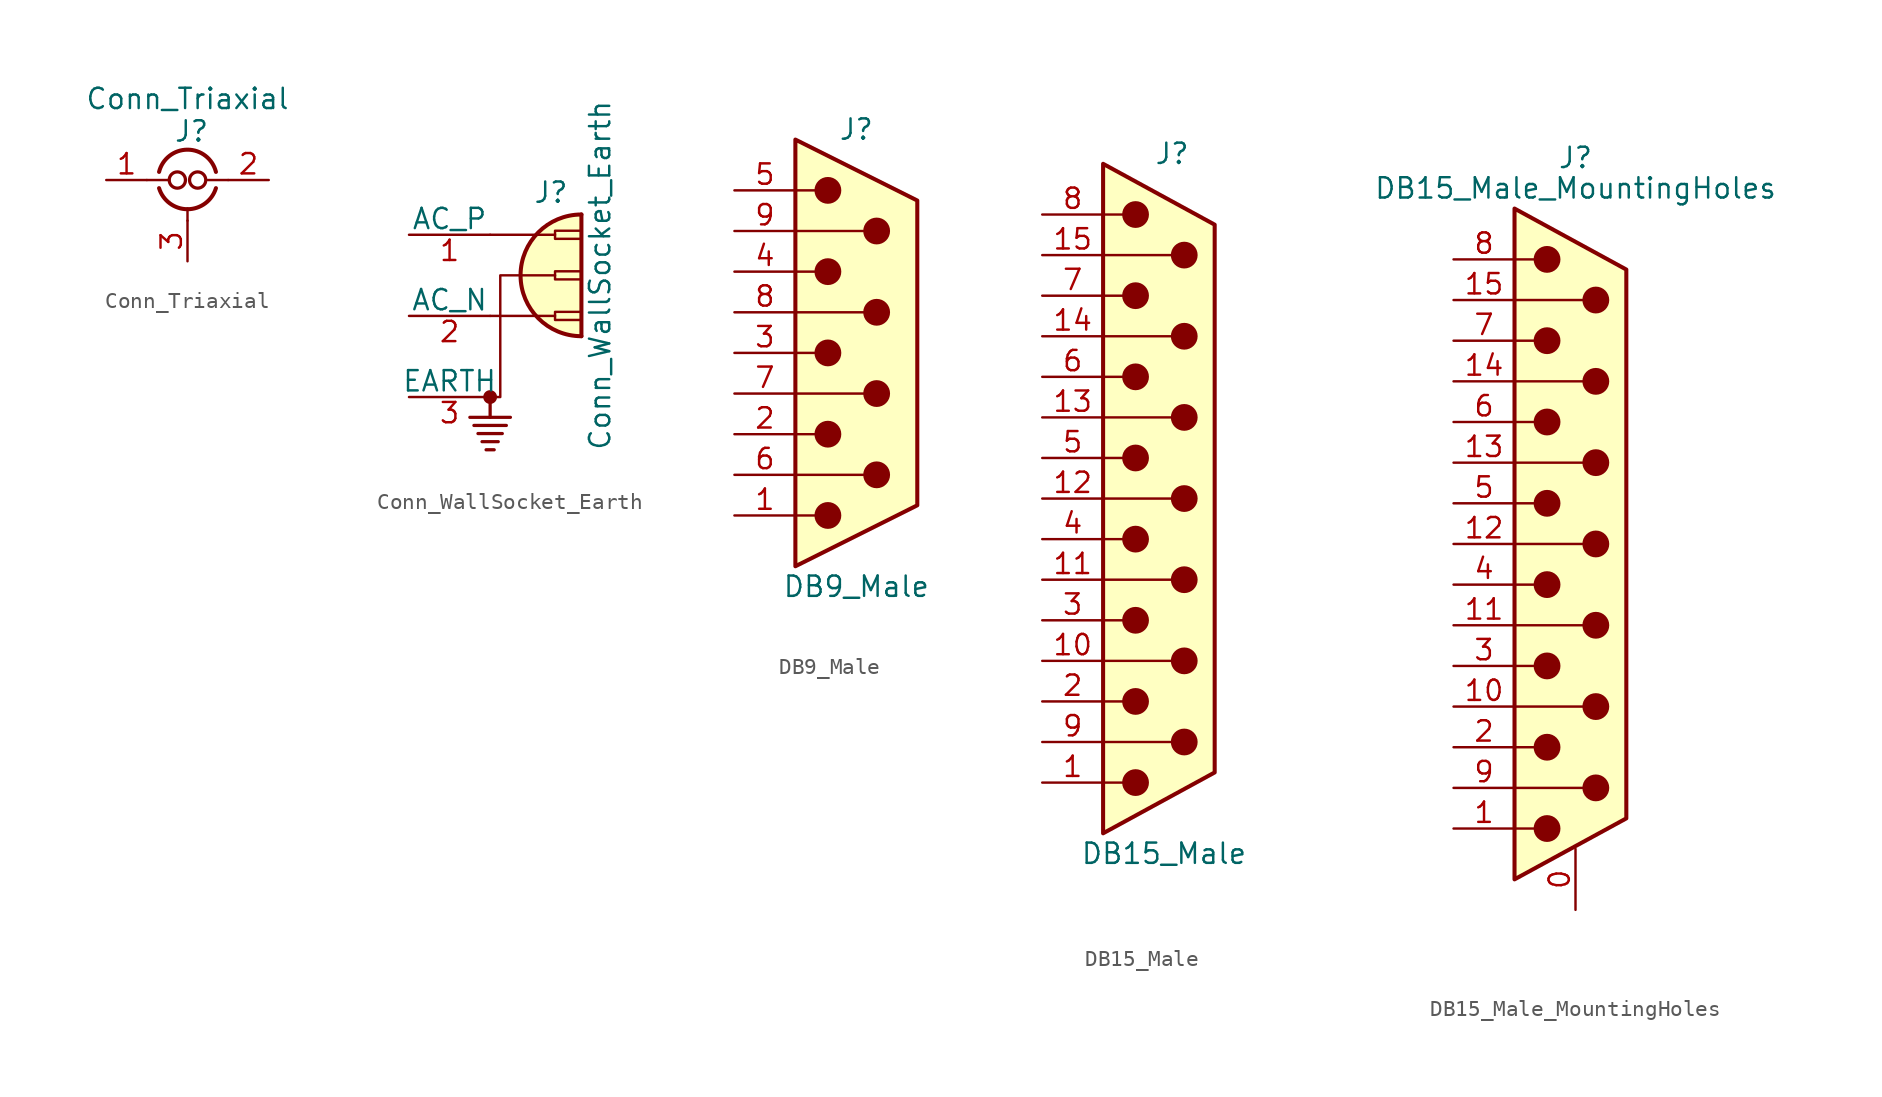
<source format=kicad_sym>
(kicad_symbol_lib
  (version 20211014)
  (generator kicad_symbol_editor)
  (symbol "Conn_Triaxial"
    (pin_names hide)
    (property "Reference" "J"
      (at 0.254 5.588 0)
      (effects (font (size 1.27 1.27))))
    (property "Value" "Conn_Triaxial"
      (at 0 7.62 0)
      (effects (font (size 1.27 1.27))))
    (symbol "Conn_Triaxial_0_1"
      (arc (start -1.778 2.032) (mid -0.0185 0.7153) (end 1.778 2.032) (stroke (width 0.254) (type default) (color 0 0 0 0)) (fill (type none)))
      (circle (center -0.635 2.54) (radius 0.508) (stroke (width 0.203) (type default) (color 0 0 0 0)) (fill (type none)))
      (polyline (pts (xy -2.54 2.54) (xy -1.143 2.54)) (stroke (width 0) (type default) (color 0 0 0 0)) (fill (type none)))
      (polyline (pts (xy 0 0) (xy 0 0.762)) (stroke (width 0) (type default) (color 0 0 0 0)) (fill (type none)))
      (polyline (pts (xy 1.27 2.54) (xy 2.54 2.54)) (stroke (width 0) (type default) (color 0 0 0 0)) (fill (type none)))
      (circle (center 0.635 2.54) (radius 0.508) (stroke (width 0.203) (type default) (color 0 0 0 0)) (fill (type none)))
      (arc (start 1.778 3.048) (mid -0.0365 4.438) (end -1.778 3.048) (stroke (width 0.254) (type default) (color 0 0 0 0)) (fill (type none))))
    (symbol "Conn_Triaxial_1_1"
      (pin passive line (at -5.08 2.54 0) (length 2.54) (name "In1" (effects (font (size 1.27 1.27)))) (number "1" (effects (font (size 1.27 1.27)))))
      (pin passive line (at 5.08 2.54 180) (length 2.54) (name "In2" (effects (font (size 1.27 1.27)))) (number "2" (effects (font (size 1.27 1.27)))))
      (pin passive line (at 0 -2.54 90) (length 2.54) (name "Ext" (effects (font (size 1.27 1.27)))) (number "3" (effects (font (size 1.27 1.27)))))))
  (symbol "Conn_WallSocket_Earth"
    (pin_names
      (offset 0))
    (property "Reference" "J"
      (at 3.81 6.985 0)
      (effects (font (size 1.27 1.27)) (justify bottom)))
    (property "Value" "Conn_WallSocket_Earth"
      (at 7.62 2.54 90)
      (effects (font (size 1.27 1.27)) (justify bottom)))
    (symbol "Conn_WallSocket_Earth_0_1"
      (circle (center 0 -5.08) (radius 0.356) (stroke (width 0) (type default) (color 0 0 0 0)) (fill (type outline)))
      (polyline (pts (xy -1.27 -6.35) (xy 1.27 -6.35)) (stroke (width 0.203) (type default) (color 0 0 0 0)) (fill (type none)))
      (polyline (pts (xy 0 -5.08) (xy 0 -6.35)) (stroke (width 0.203) (type default) (color 0 0 0 0)) (fill (type none)))
      (polyline (pts (xy 0.254 -8.382) (xy -0.254 -8.382)) (stroke (width 0.203) (type default) (color 0 0 0 0)) (fill (type none)))
      (polyline (pts (xy 0.508 -7.874) (xy -0.508 -7.874)) (stroke (width 0.203) (type default) (color 0 0 0 0)) (fill (type none)))
      (polyline (pts (xy 0.762 -7.366) (xy -0.762 -7.366)) (stroke (width 0.203) (type default) (color 0 0 0 0)) (fill (type none)))
      (polyline (pts (xy 1.016 -6.858) (xy -1.016 -6.858)) (stroke (width 0.203) (type default) (color 0 0 0 0)) (fill (type none)))
      (polyline (pts (xy 4.064 0) (xy 0 0)) (stroke (width 0) (type default) (color 0 0 0 0)) (fill (type none)))
      (polyline (pts (xy 4.064 5.08) (xy 0 5.08)) (stroke (width 0) (type default) (color 0 0 0 0)) (fill (type none)))
      (polyline (pts (xy 5.715 -1.27) (xy 5.715 6.35)) (stroke (width 0.254) (type default) (color 0 0 0 0)) (fill (type none)))
      (polyline (pts (xy 0 -5.08) (xy 0.635 -5.08) (xy 0.635 2.54) (xy 4.064 2.54)) (stroke (width 0) (type default) (color 0 0 0 0)) (fill (type none)))
      (rectangle (start 5.715 -0.254) (end 4.064 0.254) (stroke (width 0) (type default) (color 0 0 0 0)) (fill (type none)))
      (rectangle (start 5.715 2.286) (end 4.064 2.794) (stroke (width 0) (type default) (color 0 0 0 0)) (fill (type none)))
      (rectangle (start 5.715 4.826) (end 4.064 5.334) (stroke (width 0) (type default) (color 0 0 0 0)) (fill (type none)))
      (arc (start 5.715 6.35) (mid 1.905 2.54) (end 5.715 -1.27) (stroke (width 0.254) (type default) (color 0 0 0 0)) (fill (type background))))
    (symbol "Conn_WallSocket_Earth_1_1"
      (pin power_in line (at -5.08 5.08 0) (length 5.08) (name "AC_P" (effects (font (size 1.27 1.27)))) (number "1" (effects (font (size 1.27 1.27)))))
      (pin power_in line (at -5.08 0 0) (length 5.08) (name "AC_N" (effects (font (size 1.27 1.27)))) (number "2" (effects (font (size 1.27 1.27)))))
      (pin passive line (at -5.08 -5.08 0) (length 5.08) (name "EARTH" (effects (font (size 1.27 1.27)))) (number "3" (effects (font (size 1.27 1.27)))))))
  (symbol "DB9_Male"
    (pin_names
      (offset 1.016) hide)
    (property "Reference" "J"
      (at 0 13.97 0)
      (effects (font (size 1.27 1.27))))
    (property "Value" "DB9_Male"
      (at 0 -14.605 0)
      (effects (font (size 1.27 1.27))))
    (symbol "DB9_Male_0_1"
      (circle (center -1.778 -10.16) (radius 0.762) (stroke (width 0) (type default) (color 0 0 0 0)) (fill (type outline)))
      (circle (center -1.778 -5.08) (radius 0.762) (stroke (width 0) (type default) (color 0 0 0 0)) (fill (type outline)))
      (circle (center -1.778 0) (radius 0.762) (stroke (width 0) (type default) (color 0 0 0 0)) (fill (type outline)))
      (circle (center -1.778 5.08) (radius 0.762) (stroke (width 0) (type default) (color 0 0 0 0)) (fill (type outline)))
      (circle (center -1.778 10.16) (radius 0.762) (stroke (width 0) (type default) (color 0 0 0 0)) (fill (type outline)))
      (polyline (pts (xy -3.81 -10.16) (xy -2.54 -10.16)) (stroke (width 0) (type default) (color 0 0 0 0)) (fill (type none)))
      (polyline (pts (xy -3.81 -7.62) (xy 0.508 -7.62)) (stroke (width 0) (type default) (color 0 0 0 0)) (fill (type none)))
      (polyline (pts (xy -3.81 -5.08) (xy -2.54 -5.08)) (stroke (width 0) (type default) (color 0 0 0 0)) (fill (type none)))
      (polyline (pts (xy -3.81 -2.54) (xy 0.508 -2.54)) (stroke (width 0) (type default) (color 0 0 0 0)) (fill (type none)))
      (polyline (pts (xy -3.81 0) (xy -2.54 0)) (stroke (width 0) (type default) (color 0 0 0 0)) (fill (type none)))
      (polyline (pts (xy -3.81 2.54) (xy 0.508 2.54)) (stroke (width 0) (type default) (color 0 0 0 0)) (fill (type none)))
      (polyline (pts (xy -3.81 5.08) (xy -2.54 5.08)) (stroke (width 0) (type default) (color 0 0 0 0)) (fill (type none)))
      (polyline (pts (xy -3.81 7.62) (xy 0.508 7.62)) (stroke (width 0) (type default) (color 0 0 0 0)) (fill (type none)))
      (polyline (pts (xy -3.81 10.16) (xy -2.54 10.16)) (stroke (width 0) (type default) (color 0 0 0 0)) (fill (type none)))
      (polyline (pts (xy -3.81 -13.335) (xy -3.81 13.335) (xy 3.81 9.525) (xy 3.81 -9.525) (xy -3.81 -13.335)) (stroke (width 0.254) (type default) (color 0 0 0 0)) (fill (type background)))
      (circle (center 1.27 -7.62) (radius 0.762) (stroke (width 0) (type default) (color 0 0 0 0)) (fill (type outline)))
      (circle (center 1.27 -2.54) (radius 0.762) (stroke (width 0) (type default) (color 0 0 0 0)) (fill (type outline)))
      (circle (center 1.27 2.54) (radius 0.762) (stroke (width 0) (type default) (color 0 0 0 0)) (fill (type outline)))
      (circle (center 1.27 7.62) (radius 0.762) (stroke (width 0) (type default) (color 0 0 0 0)) (fill (type outline))))
    (symbol "DB9_Male_1_1"
      (pin passive line (at -7.62 -10.16 0) (length 3.81) (name "1" (effects (font (size 1.27 1.27)))) (number "1" (effects (font (size 1.27 1.27)))))
      (pin passive line (at -7.62 -5.08 0) (length 3.81) (name "2" (effects (font (size 1.27 1.27)))) (number "2" (effects (font (size 1.27 1.27)))))
      (pin passive line (at -7.62 0 0) (length 3.81) (name "3" (effects (font (size 1.27 1.27)))) (number "3" (effects (font (size 1.27 1.27)))))
      (pin passive line (at -7.62 5.08 0) (length 3.81) (name "4" (effects (font (size 1.27 1.27)))) (number "4" (effects (font (size 1.27 1.27)))))
      (pin passive line (at -7.62 10.16 0) (length 3.81) (name "5" (effects (font (size 1.27 1.27)))) (number "5" (effects (font (size 1.27 1.27)))))
      (pin passive line (at -7.62 -7.62 0) (length 3.81) (name "6" (effects (font (size 1.27 1.27)))) (number "6" (effects (font (size 1.27 1.27)))))
      (pin passive line (at -7.62 -2.54 0) (length 3.81) (name "7" (effects (font (size 1.27 1.27)))) (number "7" (effects (font (size 1.27 1.27)))))
      (pin passive line (at -7.62 2.54 0) (length 3.81) (name "8" (effects (font (size 1.27 1.27)))) (number "8" (effects (font (size 1.27 1.27)))))
      (pin passive line (at -7.62 7.62 0) (length 3.81) (name "9" (effects (font (size 1.27 1.27)))) (number "9" (effects (font (size 1.27 1.27)))))))
  (symbol "DB15_Male"
    (pin_names
      (offset 1.016) hide)
    (property "Reference" "J"
      (at 0.508 21.59 0)
      (effects (font (size 1.27 1.27))))
    (property "Value" "DB15_Male"
      (at 0 -22.225 0)
      (effects (font (size 1.27 1.27))))
    (symbol "DB15_Male_0_1"
      (circle (center -1.778 -17.78) (radius 0.762) (stroke (width 0) (type default) (color 0 0 0 0)) (fill (type outline)))
      (circle (center -1.778 -12.7) (radius 0.762) (stroke (width 0) (type default) (color 0 0 0 0)) (fill (type outline)))
      (circle (center -1.778 -7.62) (radius 0.762) (stroke (width 0) (type default) (color 0 0 0 0)) (fill (type outline)))
      (circle (center -1.778 -2.54) (radius 0.762) (stroke (width 0) (type default) (color 0 0 0 0)) (fill (type outline)))
      (circle (center -1.778 2.54) (radius 0.762) (stroke (width 0) (type default) (color 0 0 0 0)) (fill (type outline)))
      (circle (center -1.778 7.62) (radius 0.762) (stroke (width 0) (type default) (color 0 0 0 0)) (fill (type outline)))
      (circle (center -1.778 12.7) (radius 0.762) (stroke (width 0) (type default) (color 0 0 0 0)) (fill (type outline)))
      (circle (center -1.778 17.78) (radius 0.762) (stroke (width 0) (type default) (color 0 0 0 0)) (fill (type outline)))
      (polyline (pts (xy -3.81 -17.78) (xy -2.54 -17.78)) (stroke (width 0) (type default) (color 0 0 0 0)) (fill (type none)))
      (polyline (pts (xy -3.81 -15.24) (xy 0.508 -15.24)) (stroke (width 0) (type default) (color 0 0 0 0)) (fill (type none)))
      (polyline (pts (xy -3.81 -12.7) (xy -2.54 -12.7)) (stroke (width 0) (type default) (color 0 0 0 0)) (fill (type none)))
      (polyline (pts (xy -3.81 -10.16) (xy 0.508 -10.16)) (stroke (width 0) (type default) (color 0 0 0 0)) (fill (type none)))
      (polyline (pts (xy -3.81 -7.62) (xy -2.54 -7.62)) (stroke (width 0) (type default) (color 0 0 0 0)) (fill (type none)))
      (polyline (pts (xy -3.81 -5.08) (xy 0.508 -5.08)) (stroke (width 0) (type default) (color 0 0 0 0)) (fill (type none)))
      (polyline (pts (xy -3.81 -2.54) (xy -2.54 -2.54)) (stroke (width 0) (type default) (color 0 0 0 0)) (fill (type none)))
      (polyline (pts (xy -3.81 0) (xy 0.508 0)) (stroke (width 0) (type default) (color 0 0 0 0)) (fill (type none)))
      (polyline (pts (xy -3.81 2.54) (xy -2.54 2.54)) (stroke (width 0) (type default) (color 0 0 0 0)) (fill (type none)))
      (polyline (pts (xy -3.81 5.08) (xy 0.508 5.08)) (stroke (width 0) (type default) (color 0 0 0 0)) (fill (type none)))
      (polyline (pts (xy -3.81 7.62) (xy -2.54 7.62)) (stroke (width 0) (type default) (color 0 0 0 0)) (fill (type none)))
      (polyline (pts (xy -3.81 10.16) (xy 0.508 10.16)) (stroke (width 0) (type default) (color 0 0 0 0)) (fill (type none)))
      (polyline (pts (xy -3.81 12.7) (xy -2.54 12.7)) (stroke (width 0) (type default) (color 0 0 0 0)) (fill (type none)))
      (polyline (pts (xy -3.81 15.24) (xy 0.508 15.24)) (stroke (width 0) (type default) (color 0 0 0 0)) (fill (type none)))
      (polyline (pts (xy -3.81 17.78) (xy -2.54 17.78)) (stroke (width 0) (type default) (color 0 0 0 0)) (fill (type none)))
      (polyline (pts (xy -3.81 -20.955) (xy 3.175 -17.145) (xy 3.175 17.145) (xy -3.81 20.955) (xy -3.81 -20.955)) (stroke (width 0.254) (type default) (color 0 0 0 0)) (fill (type background)))
      (circle (center 1.27 -15.24) (radius 0.762) (stroke (width 0) (type default) (color 0 0 0 0)) (fill (type outline)))
      (circle (center 1.27 -10.16) (radius 0.762) (stroke (width 0) (type default) (color 0 0 0 0)) (fill (type outline)))
      (circle (center 1.27 -5.08) (radius 0.762) (stroke (width 0) (type default) (color 0 0 0 0)) (fill (type outline)))
      (circle (center 1.27 0) (radius 0.762) (stroke (width 0) (type default) (color 0 0 0 0)) (fill (type outline)))
      (circle (center 1.27 5.08) (radius 0.762) (stroke (width 0) (type default) (color 0 0 0 0)) (fill (type outline)))
      (circle (center 1.27 10.16) (radius 0.762) (stroke (width 0) (type default) (color 0 0 0 0)) (fill (type outline)))
      (circle (center 1.27 15.24) (radius 0.762) (stroke (width 0) (type default) (color 0 0 0 0)) (fill (type outline))))
    (symbol "DB15_Male_1_1"
      (pin passive line (at -7.62 -17.78 0) (length 3.81) (name "1" (effects (font (size 1.27 1.27)))) (number "1" (effects (font (size 1.27 1.27)))))
      (pin passive line (at -7.62 -10.16 0) (length 3.81) (name "P10" (effects (font (size 1.27 1.27)))) (number "10" (effects (font (size 1.27 1.27)))))
      (pin passive line (at -7.62 -5.08 0) (length 3.81) (name "P111" (effects (font (size 1.27 1.27)))) (number "11" (effects (font (size 1.27 1.27)))))
      (pin passive line (at -7.62 0 0) (length 3.81) (name "P12" (effects (font (size 1.27 1.27)))) (number "12" (effects (font (size 1.27 1.27)))))
      (pin passive line (at -7.62 5.08 0) (length 3.81) (name "P13" (effects (font (size 1.27 1.27)))) (number "13" (effects (font (size 1.27 1.27)))))
      (pin passive line (at -7.62 10.16 0) (length 3.81) (name "P14" (effects (font (size 1.27 1.27)))) (number "14" (effects (font (size 1.27 1.27)))))
      (pin passive line (at -7.62 15.24 0) (length 3.81) (name "P15" (effects (font (size 1.27 1.27)))) (number "15" (effects (font (size 1.27 1.27)))))
      (pin passive line (at -7.62 -12.7 0) (length 3.81) (name "2" (effects (font (size 1.27 1.27)))) (number "2" (effects (font (size 1.27 1.27)))))
      (pin passive line (at -7.62 -7.62 0) (length 3.81) (name "3" (effects (font (size 1.27 1.27)))) (number "3" (effects (font (size 1.27 1.27)))))
      (pin passive line (at -7.62 -2.54 0) (length 3.81) (name "4" (effects (font (size 1.27 1.27)))) (number "4" (effects (font (size 1.27 1.27)))))
      (pin passive line (at -7.62 2.54 0) (length 3.81) (name "5" (effects (font (size 1.27 1.27)))) (number "5" (effects (font (size 1.27 1.27)))))
      (pin passive line (at -7.62 7.62 0) (length 3.81) (name "6" (effects (font (size 1.27 1.27)))) (number "6" (effects (font (size 1.27 1.27)))))
      (pin passive line (at -7.62 12.7 0) (length 3.81) (name "7" (effects (font (size 1.27 1.27)))) (number "7" (effects (font (size 1.27 1.27)))))
      (pin passive line (at -7.62 17.78 0) (length 3.81) (name "8" (effects (font (size 1.27 1.27)))) (number "8" (effects (font (size 1.27 1.27)))))
      (pin passive line (at -7.62 -15.24 0) (length 3.81) (name "P9" (effects (font (size 1.27 1.27)))) (number "9" (effects (font (size 1.27 1.27)))))))
  (symbol "DB15_Male_MountingHoles"
    (pin_names
      (offset 1.016) hide)
    (property "Reference" "J"
      (at 0 24.13 0)
      (effects (font (size 1.27 1.27))))
    (property "Value" "DB15_Male_MountingHoles"
      (at 0 22.225 0)
      (effects (font (size 1.27 1.27))))
    (symbol "DB15_Male_MountingHoles_0_1"
      (circle (center -1.778 -17.78) (radius 0.762) (stroke (width 0) (type default) (color 0 0 0 0)) (fill (type outline)))
      (circle (center -1.778 -12.7) (radius 0.762) (stroke (width 0) (type default) (color 0 0 0 0)) (fill (type outline)))
      (circle (center -1.778 -7.62) (radius 0.762) (stroke (width 0) (type default) (color 0 0 0 0)) (fill (type outline)))
      (circle (center -1.778 -2.54) (radius 0.762) (stroke (width 0) (type default) (color 0 0 0 0)) (fill (type outline)))
      (circle (center -1.778 2.54) (radius 0.762) (stroke (width 0) (type default) (color 0 0 0 0)) (fill (type outline)))
      (circle (center -1.778 7.62) (radius 0.762) (stroke (width 0) (type default) (color 0 0 0 0)) (fill (type outline)))
      (circle (center -1.778 12.7) (radius 0.762) (stroke (width 0) (type default) (color 0 0 0 0)) (fill (type outline)))
      (circle (center -1.778 17.78) (radius 0.762) (stroke (width 0) (type default) (color 0 0 0 0)) (fill (type outline)))
      (polyline (pts (xy -3.81 -17.78) (xy -2.54 -17.78)) (stroke (width 0) (type default) (color 0 0 0 0)) (fill (type none)))
      (polyline (pts (xy -3.81 -15.24) (xy 0.508 -15.24)) (stroke (width 0) (type default) (color 0 0 0 0)) (fill (type none)))
      (polyline (pts (xy -3.81 -12.7) (xy -2.54 -12.7)) (stroke (width 0) (type default) (color 0 0 0 0)) (fill (type none)))
      (polyline (pts (xy -3.81 -10.16) (xy 0.508 -10.16)) (stroke (width 0) (type default) (color 0 0 0 0)) (fill (type none)))
      (polyline (pts (xy -3.81 -7.62) (xy -2.54 -7.62)) (stroke (width 0) (type default) (color 0 0 0 0)) (fill (type none)))
      (polyline (pts (xy -3.81 -5.08) (xy 0.508 -5.08)) (stroke (width 0) (type default) (color 0 0 0 0)) (fill (type none)))
      (polyline (pts (xy -3.81 -2.54) (xy -2.54 -2.54)) (stroke (width 0) (type default) (color 0 0 0 0)) (fill (type none)))
      (polyline (pts (xy -3.81 0) (xy 0.508 0)) (stroke (width 0) (type default) (color 0 0 0 0)) (fill (type none)))
      (polyline (pts (xy -3.81 2.54) (xy -2.54 2.54)) (stroke (width 0) (type default) (color 0 0 0 0)) (fill (type none)))
      (polyline (pts (xy -3.81 5.08) (xy 0.508 5.08)) (stroke (width 0) (type default) (color 0 0 0 0)) (fill (type none)))
      (polyline (pts (xy -3.81 7.62) (xy -2.54 7.62)) (stroke (width 0) (type default) (color 0 0 0 0)) (fill (type none)))
      (polyline (pts (xy -3.81 10.16) (xy 0.508 10.16)) (stroke (width 0) (type default) (color 0 0 0 0)) (fill (type none)))
      (polyline (pts (xy -3.81 12.7) (xy -2.54 12.7)) (stroke (width 0) (type default) (color 0 0 0 0)) (fill (type none)))
      (polyline (pts (xy -3.81 15.24) (xy 0.508 15.24)) (stroke (width 0) (type default) (color 0 0 0 0)) (fill (type none)))
      (polyline (pts (xy -3.81 17.78) (xy -2.54 17.78)) (stroke (width 0) (type default) (color 0 0 0 0)) (fill (type none)))
      (polyline (pts (xy -3.81 -20.955) (xy 3.175 -17.145) (xy 3.175 17.145) (xy -3.81 20.955) (xy -3.81 -20.955)) (stroke (width 0.254) (type default) (color 0 0 0 0)) (fill (type background)))
      (circle (center 1.27 -15.24) (radius 0.762) (stroke (width 0) (type default) (color 0 0 0 0)) (fill (type outline)))
      (circle (center 1.27 -10.16) (radius 0.762) (stroke (width 0) (type default) (color 0 0 0 0)) (fill (type outline)))
      (circle (center 1.27 -5.08) (radius 0.762) (stroke (width 0) (type default) (color 0 0 0 0)) (fill (type outline)))
      (circle (center 1.27 0) (radius 0.762) (stroke (width 0) (type default) (color 0 0 0 0)) (fill (type outline)))
      (circle (center 1.27 5.08) (radius 0.762) (stroke (width 0) (type default) (color 0 0 0 0)) (fill (type outline)))
      (circle (center 1.27 10.16) (radius 0.762) (stroke (width 0) (type default) (color 0 0 0 0)) (fill (type outline)))
      (circle (center 1.27 15.24) (radius 0.762) (stroke (width 0) (type default) (color 0 0 0 0)) (fill (type outline))))
    (symbol "DB15_Male_MountingHoles_1_1"
      (pin passive line (at 0 -22.86 90) (length 3.81) (name "PAD" (effects (font (size 1.27 1.27)))) (number "0" (effects (font (size 1.27 1.27)))))
      (pin passive line (at -7.62 -17.78 0) (length 3.81) (name "1" (effects (font (size 1.27 1.27)))) (number "1" (effects (font (size 1.27 1.27)))))
      (pin passive line (at -7.62 -10.16 0) (length 3.81) (name "P10" (effects (font (size 1.27 1.27)))) (number "10" (effects (font (size 1.27 1.27)))))
      (pin passive line (at -7.62 -5.08 0) (length 3.81) (name "P111" (effects (font (size 1.27 1.27)))) (number "11" (effects (font (size 1.27 1.27)))))
      (pin passive line (at -7.62 0 0) (length 3.81) (name "P12" (effects (font (size 1.27 1.27)))) (number "12" (effects (font (size 1.27 1.27)))))
      (pin passive line (at -7.62 5.08 0) (length 3.81) (name "P13" (effects (font (size 1.27 1.27)))) (number "13" (effects (font (size 1.27 1.27)))))
      (pin passive line (at -7.62 10.16 0) (length 3.81) (name "P14" (effects (font (size 1.27 1.27)))) (number "14" (effects (font (size 1.27 1.27)))))
      (pin passive line (at -7.62 15.24 0) (length 3.81) (name "P15" (effects (font (size 1.27 1.27)))) (number "15" (effects (font (size 1.27 1.27)))))
      (pin passive line (at -7.62 -12.7 0) (length 3.81) (name "2" (effects (font (size 1.27 1.27)))) (number "2" (effects (font (size 1.27 1.27)))))
      (pin passive line (at -7.62 -7.62 0) (length 3.81) (name "3" (effects (font (size 1.27 1.27)))) (number "3" (effects (font (size 1.27 1.27)))))
      (pin passive line (at -7.62 -2.54 0) (length 3.81) (name "4" (effects (font (size 1.27 1.27)))) (number "4" (effects (font (size 1.27 1.27)))))
      (pin passive line (at -7.62 2.54 0) (length 3.81) (name "5" (effects (font (size 1.27 1.27)))) (number "5" (effects (font (size 1.27 1.27)))))
      (pin passive line (at -7.62 7.62 0) (length 3.81) (name "6" (effects (font (size 1.27 1.27)))) (number "6" (effects (font (size 1.27 1.27)))))
      (pin passive line (at -7.62 12.7 0) (length 3.81) (name "7" (effects (font (size 1.27 1.27)))) (number "7" (effects (font (size 1.27 1.27)))))
      (pin passive line (at -7.62 17.78 0) (length 3.81) (name "8" (effects (font (size 1.27 1.27)))) (number "8" (effects (font (size 1.27 1.27)))))
      (pin passive line (at -7.62 -15.24 0) (length 3.81) (name "P9" (effects (font (size 1.27 1.27)))) (number "9" (effects (font (size 1.27 1.27))))))))
</source>
